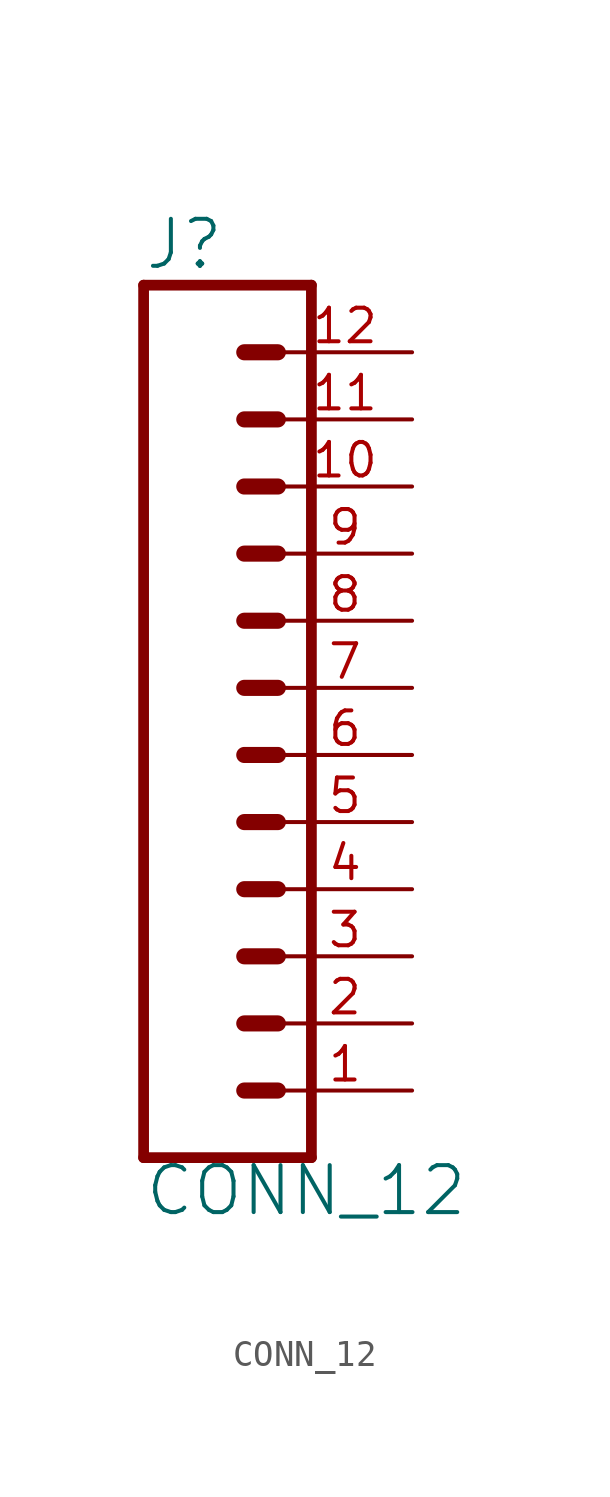
<source format=kicad_sym>
(kicad_symbol_lib
  (version 20220331)
  (generator kicad_symbol_editor)
  (symbol "CONN_12"
    (property "Reference" "J"
      (at 0 15.748 0)
      (effects (font (size 1.778 1.778)) (justify left bottom)))
    (property "Value" "CONN_12"
      (at 0 -20.066 0)
      (effects (font (size 1.778 1.778)) (justify left bottom)))
    (property "ki_locked" ""
      (at 0 0 0)
      (effects (font (size 1.27 1.27))))
    (symbol "CONN_12_1_0"
      (polyline (pts (xy 0 15.24) (xy 0 -17.78)) (stroke (width 0.406) (type solid)) (fill (type none)))
      (polyline (pts (xy 0 15.24) (xy 6.35 15.24)) (stroke (width 0.406) (type solid)) (fill (type none)))
      (polyline (pts (xy 3.81 -15.24) (xy 5.08 -15.24)) (stroke (width 0.61) (type solid)) (fill (type none)))
      (polyline (pts (xy 3.81 -12.7) (xy 5.08 -12.7)) (stroke (width 0.61) (type solid)) (fill (type none)))
      (polyline (pts (xy 3.81 -10.16) (xy 5.08 -10.16)) (stroke (width 0.61) (type solid)) (fill (type none)))
      (polyline (pts (xy 3.81 -7.62) (xy 5.08 -7.62)) (stroke (width 0.61) (type solid)) (fill (type none)))
      (polyline (pts (xy 3.81 -5.08) (xy 5.08 -5.08)) (stroke (width 0.61) (type solid)) (fill (type none)))
      (polyline (pts (xy 3.81 -2.54) (xy 5.08 -2.54)) (stroke (width 0.61) (type solid)) (fill (type none)))
      (polyline (pts (xy 3.81 0) (xy 5.08 0)) (stroke (width 0.61) (type solid)) (fill (type none)))
      (polyline (pts (xy 3.81 2.54) (xy 5.08 2.54)) (stroke (width 0.61) (type solid)) (fill (type none)))
      (polyline (pts (xy 3.81 5.08) (xy 5.08 5.08)) (stroke (width 0.61) (type solid)) (fill (type none)))
      (polyline (pts (xy 3.81 7.62) (xy 5.08 7.62)) (stroke (width 0.61) (type solid)) (fill (type none)))
      (polyline (pts (xy 3.81 10.16) (xy 5.08 10.16)) (stroke (width 0.61) (type solid)) (fill (type none)))
      (polyline (pts (xy 3.81 12.7) (xy 5.08 12.7)) (stroke (width 0.61) (type solid)) (fill (type none)))
      (polyline (pts (xy 6.35 -17.78) (xy 0 -17.78)) (stroke (width 0.406) (type solid)) (fill (type none)))
      (polyline (pts (xy 6.35 -17.78) (xy 6.35 15.24)) (stroke (width 0.406) (type solid)) (fill (type none)))
      (pin passive line (at 10.16 -15.24 180) (length 5.08) (name "1" (effects (font (size 0 0)))) (number "1" (effects (font (size 1.27 1.27)))))
      (pin passive line (at 10.16 7.62 180) (length 5.08) (name "10" (effects (font (size 0 0)))) (number "10" (effects (font (size 1.27 1.27)))))
      (pin passive line (at 10.16 10.16 180) (length 5.08) (name "11" (effects (font (size 0 0)))) (number "11" (effects (font (size 1.27 1.27)))))
      (pin passive line (at 10.16 12.7 180) (length 5.08) (name "12" (effects (font (size 0 0)))) (number "12" (effects (font (size 1.27 1.27)))))
      (pin passive line (at 10.16 -12.7 180) (length 5.08) (name "2" (effects (font (size 0 0)))) (number "2" (effects (font (size 1.27 1.27)))))
      (pin passive line (at 10.16 -10.16 180) (length 5.08) (name "3" (effects (font (size 0 0)))) (number "3" (effects (font (size 1.27 1.27)))))
      (pin passive line (at 10.16 -7.62 180) (length 5.08) (name "4" (effects (font (size 0 0)))) (number "4" (effects (font (size 1.27 1.27)))))
      (pin passive line (at 10.16 -5.08 180) (length 5.08) (name "5" (effects (font (size 0 0)))) (number "5" (effects (font (size 1.27 1.27)))))
      (pin passive line (at 10.16 -2.54 180) (length 5.08) (name "6" (effects (font (size 0 0)))) (number "6" (effects (font (size 1.27 1.27)))))
      (pin passive line (at 10.16 0 180) (length 5.08) (name "7" (effects (font (size 0 0)))) (number "7" (effects (font (size 1.27 1.27)))))
      (pin passive line (at 10.16 2.54 180) (length 5.08) (name "8" (effects (font (size 0 0)))) (number "8" (effects (font (size 1.27 1.27)))))
      (pin passive line (at 10.16 5.08 180) (length 5.08) (name "9" (effects (font (size 0 0)))) (number "9" (effects (font (size 1.27 1.27))))))))
</source>
